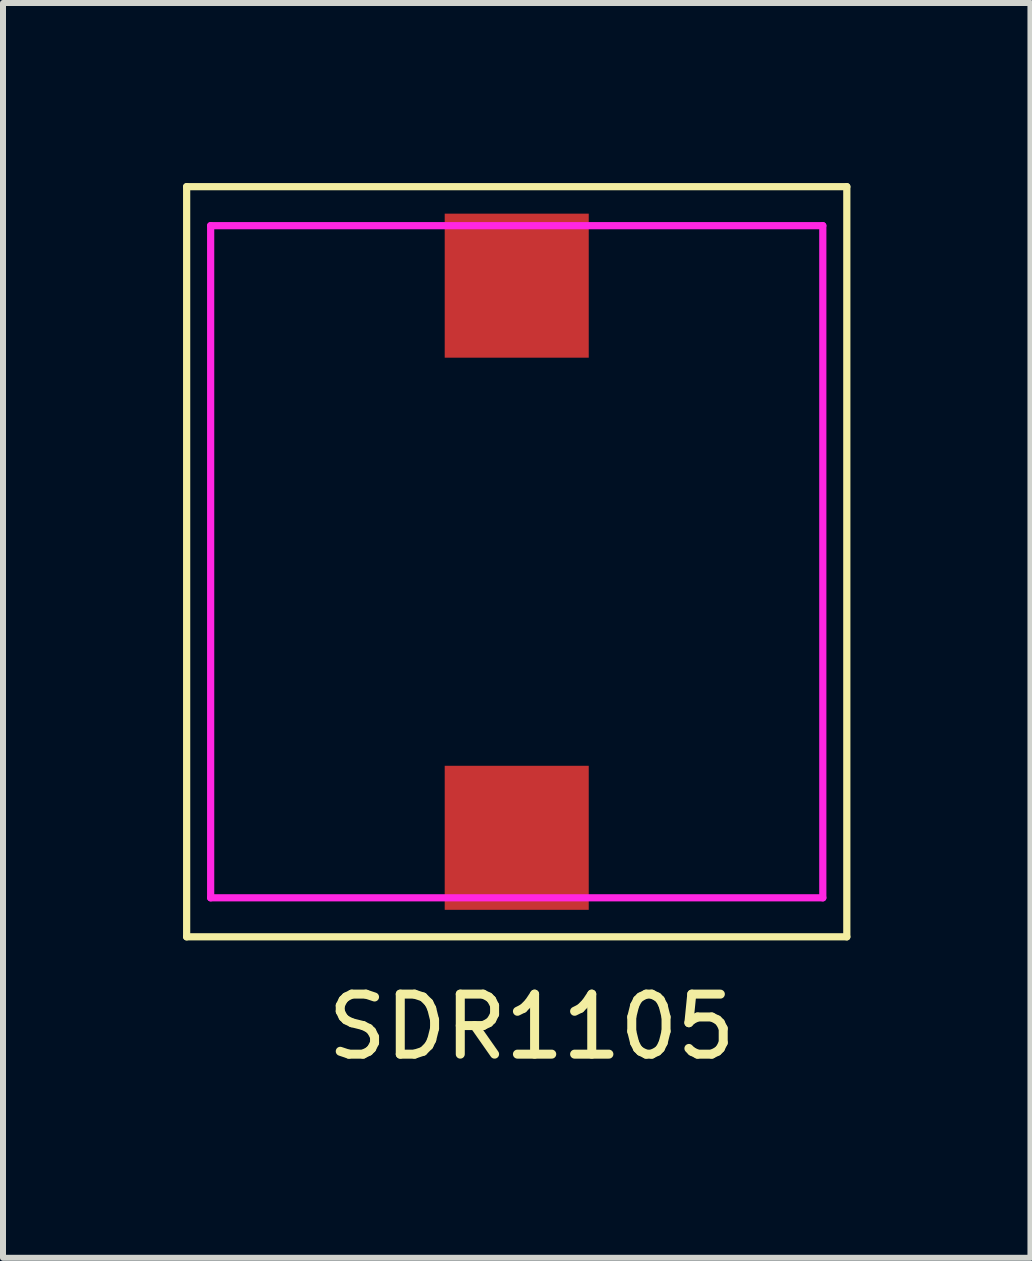
<source format=kicad_pcb>
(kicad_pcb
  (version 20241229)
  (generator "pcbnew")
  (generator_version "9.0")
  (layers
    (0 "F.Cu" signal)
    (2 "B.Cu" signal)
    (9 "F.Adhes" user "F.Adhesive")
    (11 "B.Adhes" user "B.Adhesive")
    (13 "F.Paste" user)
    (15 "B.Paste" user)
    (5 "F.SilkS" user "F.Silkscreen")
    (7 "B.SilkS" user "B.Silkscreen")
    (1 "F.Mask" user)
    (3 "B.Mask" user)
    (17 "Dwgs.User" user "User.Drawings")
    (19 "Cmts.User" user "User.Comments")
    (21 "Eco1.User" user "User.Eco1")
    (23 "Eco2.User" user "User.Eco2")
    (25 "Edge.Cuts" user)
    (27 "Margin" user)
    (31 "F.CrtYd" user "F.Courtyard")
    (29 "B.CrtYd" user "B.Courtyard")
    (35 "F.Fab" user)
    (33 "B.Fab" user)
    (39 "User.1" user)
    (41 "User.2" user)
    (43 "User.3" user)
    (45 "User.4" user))
  (footprint "SDR1105"
    (layer "F.Cu")
    (at 5.56 6.31)
    (property "Reference" "SDR1105" (at 0.25 7.75 0) (unlocked yes) (layer "F.SilkS") (effects (font (size 1 1) (thickness 0.15))))
    (attr smd)
    (fp_line (start -5.5 -6.25) (end -5.5 6.25) (stroke (width 0.12) (type solid)) (layer "F.SilkS"))
    (fp_line (start -5.5 -6.25) (end 5.5 -6.25) (stroke (width 0.12) (type solid)) (layer "F.SilkS"))
    (fp_line (start 5.5 -6.25) (end 5.5 6.25) (stroke (width 0.12) (type solid)) (layer "F.SilkS"))
    (fp_line (start 5.5 6.25) (end -5.5 6.25) (stroke (width 0.12) (type solid)) (layer "F.SilkS"))
    (fp_line (start -5.1 -5.6) (end 5.1 -5.6) (stroke (width 0.12) (type solid)) (layer "F.CrtYd"))
    (fp_line (start -5.1 5.6) (end -5.1 -5.6) (stroke (width 0.12) (type solid)) (layer "F.CrtYd"))
    (fp_line (start 5.1 -5.6) (end 5.1 5.6) (stroke (width 0.12) (type solid)) (layer "F.CrtYd"))
    (fp_line (start 5.1 5.6) (end -5.1 5.6) (stroke (width 0.12) (type solid)) (layer "F.CrtYd"))
    (pad "1" smd rect (at 0 -4.6) (size 2.4 2.4) (layers "F.Cu" "F.Mask" "F.Paste"))
    (pad "2" smd rect (at 0 4.6) (size 2.4 2.4) (layers "F.Cu" "F.Mask" "F.Paste")))
  (gr_rect
    (start -3 -3)
    (end 14.12 17.908)
    (stroke (width 0.1) (type default))
    (fill no)
    (layer "Edge.Cuts")))
</source>
